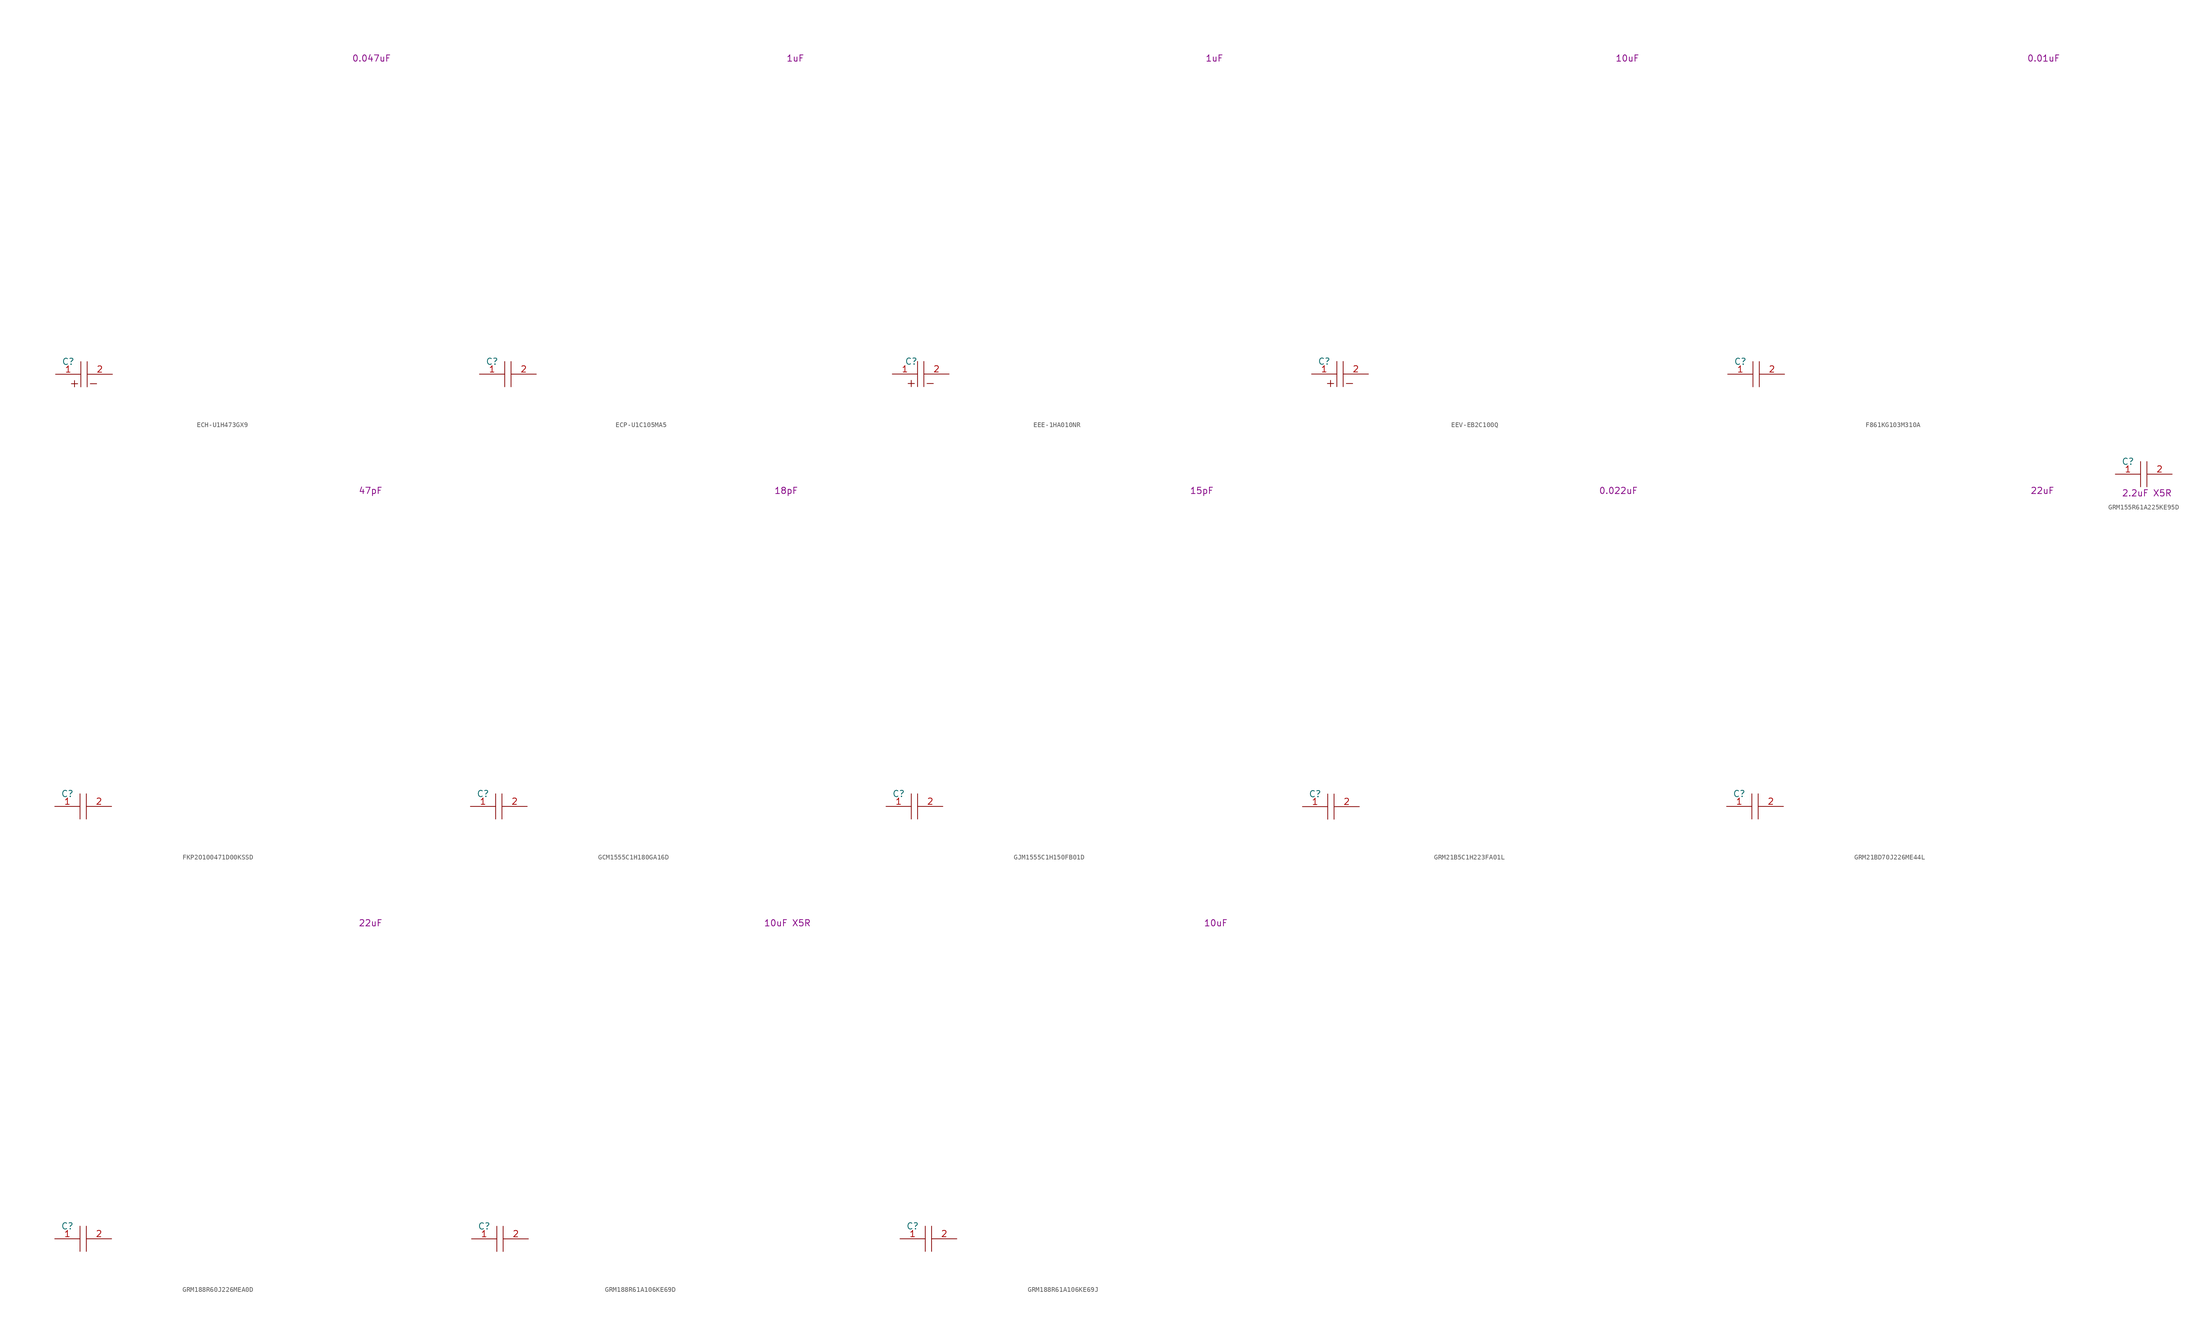
<source format=kicad_sym>
(kicad_symbol_lib
  (version 20241209)
  (generator "kicad_symbol_editor")
  (generator_version "9.0")
  (symbol "ECH-U1H473GX9"
    (pin_names
      (offset 1.016))
    (property "Reference" "C"
      (at -2.54 2.54 0)
      (effects (font (size 1.27 1.27))))
    (property "_Value_" "0.047uF"
      (at 58.42 63.5 0)
      (effects (font (size 1.27 1.27))))
    (symbol "ECH-U1H473GX9_0_1"
      (polyline (pts (xy -1.27 -1.27) (xy -1.27 -2.54)) (stroke (width 0) (type solid)) (fill (type none)))
      (polyline (pts (xy -0.635 -1.905) (xy -1.905 -1.905)) (stroke (width 0) (type solid)) (fill (type none)))
      (polyline (pts (xy 1.905 -1.905) (xy 3.175 -1.905)) (stroke (width 0) (type solid)) (fill (type none))))
    (symbol "ECH-U1H473GX9_1_1"
      (polyline (pts (xy 0 2.54) (xy 0 -2.54)) (stroke (width 0) (type solid)) (fill (type none)))
      (polyline (pts (xy 1.27 2.54) (xy 1.27 -2.54)) (stroke (width 0) (type solid)) (fill (type none)))
      (pin input line (at -5.08 0 0) (length 5.08) (name "~" (effects (font (size 1.27 1.27)))) (number "1" (effects (font (size 1.27 1.27)))))
      (pin input line (at 6.35 0 180) (length 5.08) (name "~" (effects (font (size 1.27 1.27)))) (number "2" (effects (font (size 1.27 1.27)))))))
  (symbol "ECP-U1C105MA5"
    (pin_names
      (offset 1.016))
    (property "Reference" "C"
      (at -2.54 2.54 0)
      (effects (font (size 1.27 1.27))))
    (property "_Value_" "1uF"
      (at 58.42 63.5 0)
      (effects (font (size 1.27 1.27))))
    (symbol "ECP-U1C105MA5_1_1"
      (polyline (pts (xy 0 2.54) (xy 0 -2.54)) (stroke (width 0) (type solid)) (fill (type none)))
      (polyline (pts (xy 1.27 2.54) (xy 1.27 -2.54)) (stroke (width 0) (type solid)) (fill (type none)))
      (pin input line (at -5.08 0 0) (length 5.08) (name "~" (effects (font (size 1.27 1.27)))) (number "1" (effects (font (size 1.27 1.27)))))
      (pin input line (at 6.35 0 180) (length 5.08) (name "~" (effects (font (size 1.27 1.27)))) (number "2" (effects (font (size 1.27 1.27)))))))
  (symbol "EEE-1HA010NR"
    (pin_names
      (offset 1.016))
    (property "Reference" "C"
      (at -2.54 2.54 0)
      (effects (font (size 1.27 1.27))))
    (property "_Value_" "1uF"
      (at 58.42 63.5 0)
      (effects (font (size 1.27 1.27))))
    (symbol "EEE-1HA010NR_1_1"
      (polyline (pts (xy -2.54 -1.27) (xy -2.54 -2.54)) (stroke (width 0) (type solid)) (fill (type none)))
      (polyline (pts (xy -1.905 -1.905) (xy -3.175 -1.905)) (stroke (width 0) (type solid)) (fill (type none)))
      (polyline (pts (xy -1.27 2.54) (xy -1.27 -2.54)) (stroke (width 0) (type solid)) (fill (type none)))
      (polyline (pts (xy 0 2.54) (xy 0 -2.54)) (stroke (width 0) (type solid)) (fill (type none)))
      (polyline (pts (xy 0.635 -1.905) (xy 1.905 -1.905)) (stroke (width 0) (type solid)) (fill (type none)))
      (pin input line (at -6.35 0 0) (length 5.08) (name "~" (effects (font (size 1.27 1.27)))) (number "1" (effects (font (size 1.27 1.27)))))
      (pin input line (at 5.08 0 180) (length 5.08) (name "~" (effects (font (size 1.27 1.27)))) (number "2" (effects (font (size 1.27 1.27)))))))
  (symbol "EEV-EB2C100Q"
    (pin_names
      (offset 1.016))
    (property "Reference" "C"
      (at -2.54 2.54 0)
      (effects (font (size 1.27 1.27))))
    (property "_Value_" "10uF"
      (at 58.42 63.5 0)
      (effects (font (size 1.27 1.27))))
    (symbol "EEV-EB2C100Q_0_1"
      (polyline (pts (xy -1.27 -1.27) (xy -1.27 -2.54)) (stroke (width 0) (type solid)) (fill (type none)))
      (polyline (pts (xy -0.635 -1.905) (xy -1.905 -1.905)) (stroke (width 0) (type solid)) (fill (type none)))
      (polyline (pts (xy 1.905 -1.905) (xy 3.175 -1.905)) (stroke (width 0) (type solid)) (fill (type none))))
    (symbol "EEV-EB2C100Q_1_1"
      (polyline (pts (xy 0 2.54) (xy 0 -2.54)) (stroke (width 0) (type solid)) (fill (type none)))
      (polyline (pts (xy 1.27 2.54) (xy 1.27 -2.54)) (stroke (width 0) (type solid)) (fill (type none)))
      (pin input line (at -5.08 0 0) (length 5.08) (name "~" (effects (font (size 1.27 1.27)))) (number "1" (effects (font (size 1.27 1.27)))))
      (pin input line (at 6.35 0 180) (length 5.08) (name "~" (effects (font (size 1.27 1.27)))) (number "2" (effects (font (size 1.27 1.27)))))))
  (symbol "F861KG103M310A"
    (pin_names
      (offset 1.016))
    (property "Reference" "C"
      (at -2.54 2.54 0)
      (effects (font (size 1.27 1.27))))
    (property "_Value_" "0.01uF"
      (at 58.42 63.5 0)
      (effects (font (size 1.27 1.27))))
    (symbol "F861KG103M310A_1_1"
      (polyline (pts (xy 0 2.54) (xy 0 -2.54)) (stroke (width 0) (type solid)) (fill (type none)))
      (polyline (pts (xy 1.27 2.54) (xy 1.27 -2.54)) (stroke (width 0) (type solid)) (fill (type none)))
      (pin input line (at -5.08 0 0) (length 5.08) (name "~" (effects (font (size 1.27 1.27)))) (number "1" (effects (font (size 1.27 1.27)))))
      (pin input line (at 6.35 0 180) (length 5.08) (name "~" (effects (font (size 1.27 1.27)))) (number "2" (effects (font (size 1.27 1.27)))))))
  (symbol "FKP2O100471D00KSSD"
    (pin_names
      (offset 1.016))
    (property "Reference" "C"
      (at -2.54 2.54 0)
      (effects (font (size 1.27 1.27))))
    (property "_Value_" "47pF"
      (at 58.42 63.5 0)
      (effects (font (size 1.27 1.27))))
    (symbol "FKP2O100471D00KSSD_1_1"
      (polyline (pts (xy 0 2.54) (xy 0 -2.54)) (stroke (width 0) (type solid)) (fill (type none)))
      (polyline (pts (xy 1.27 2.54) (xy 1.27 -2.54)) (stroke (width 0) (type solid)) (fill (type none)))
      (pin input line (at -5.08 0 0) (length 5.08) (name "~" (effects (font (size 1.27 1.27)))) (number "1" (effects (font (size 1.27 1.27)))))
      (pin input line (at 6.35 0 180) (length 5.08) (name "~" (effects (font (size 1.27 1.27)))) (number "2" (effects (font (size 1.27 1.27)))))))
  (symbol "GCM1555C1H180GA16D"
    (pin_names
      (offset 1.016))
    (property "Reference" "C"
      (at -2.54 2.54 0)
      (effects (font (size 1.27 1.27))))
    (property "_Value_" "18pF"
      (at 58.42 63.5 0)
      (effects (font (size 1.27 1.27))))
    (symbol "GCM1555C1H180GA16D_1_1"
      (polyline (pts (xy 0 2.54) (xy 0 -2.54)) (stroke (width 0) (type solid)) (fill (type none)))
      (polyline (pts (xy 1.27 2.54) (xy 1.27 -2.54)) (stroke (width 0) (type solid)) (fill (type none)))
      (pin input line (at -5.08 0 0) (length 5.08) (name "~" (effects (font (size 1.27 1.27)))) (number "1" (effects (font (size 1.27 1.27)))))
      (pin input line (at 6.35 0 180) (length 5.08) (name "~" (effects (font (size 1.27 1.27)))) (number "2" (effects (font (size 1.27 1.27)))))))
  (symbol "GJM1555C1H150FB01D"
    (pin_names
      (offset 1.016))
    (property "Reference" "C"
      (at -2.54 2.54 0)
      (effects (font (size 1.27 1.27))))
    (property "_Value_" "15pF"
      (at 58.42 63.5 0)
      (effects (font (size 1.27 1.27))))
    (symbol "GJM1555C1H150FB01D_1_1"
      (polyline (pts (xy 0 2.54) (xy 0 -2.54)) (stroke (width 0) (type solid)) (fill (type none)))
      (polyline (pts (xy 1.27 2.54) (xy 1.27 -2.54)) (stroke (width 0) (type solid)) (fill (type none)))
      (pin input line (at -5.08 0 0) (length 5.08) (name "~" (effects (font (size 1.27 1.27)))) (number "1" (effects (font (size 1.27 1.27)))))
      (pin input line (at 6.35 0 180) (length 5.08) (name "~" (effects (font (size 1.27 1.27)))) (number "2" (effects (font (size 1.27 1.27)))))))
  (symbol "GRM21B5C1H223FA01L"
    (pin_names
      (offset 1.016))
    (property "Reference" "C"
      (at -2.54 2.54 0)
      (effects (font (size 1.27 1.27))))
    (property "_Value_" "0.022uF"
      (at 58.42 63.5 0)
      (effects (font (size 1.27 1.27))))
    (symbol "GRM21B5C1H223FA01L_1_1"
      (polyline (pts (xy 0 2.54) (xy 0 -2.54)) (stroke (width 0) (type solid)) (fill (type none)))
      (polyline (pts (xy 1.27 2.54) (xy 1.27 -2.54)) (stroke (width 0) (type solid)) (fill (type none)))
      (pin input line (at -5.08 0 0) (length 5.08) (name "~" (effects (font (size 1.27 1.27)))) (number "1" (effects (font (size 1.27 1.27)))))
      (pin input line (at 6.35 0 180) (length 5.08) (name "~" (effects (font (size 1.27 1.27)))) (number "2" (effects (font (size 1.27 1.27)))))))
  (symbol "GRM21BD70J226ME44L"
    (pin_names
      (offset 1.016))
    (property "Reference" "C"
      (at -2.54 2.54 0)
      (effects (font (size 1.27 1.27))))
    (property "_Value_" "22uF"
      (at 58.42 63.5 0)
      (effects (font (size 1.27 1.27))))
    (symbol "GRM21BD70J226ME44L_1_1"
      (polyline (pts (xy 0 2.54) (xy 0 -2.54)) (stroke (width 0) (type solid)) (fill (type none)))
      (polyline (pts (xy 1.27 2.54) (xy 1.27 -2.54)) (stroke (width 0) (type solid)) (fill (type none)))
      (pin input line (at -5.08 0 0) (length 5.08) (name "~" (effects (font (size 1.27 1.27)))) (number "1" (effects (font (size 1.27 1.27)))))
      (pin input line (at 6.35 0 180) (length 5.08) (name "~" (effects (font (size 1.27 1.27)))) (number "2" (effects (font (size 1.27 1.27)))))))
  (symbol "GRM155R61A225KE95D"
    (pin_names
      (offset 1.016))
    (property "Reference" "C"
      (at -2.54 2.54 0)
      (effects (font (size 1.27 1.27))))
    (property "_Value_" "2.2uF X5R"
      (at 1.27 -3.81 0)
      (effects (font (size 1.27 1.27))))
    (symbol "GRM155R61A225KE95D_1_1"
      (polyline (pts (xy 0 2.54) (xy 0 -2.54)) (stroke (width 0) (type solid)) (fill (type none)))
      (polyline (pts (xy 1.27 2.54) (xy 1.27 -2.54)) (stroke (width 0) (type solid)) (fill (type none)))
      (pin input line (at -5.08 0 0) (length 5.08) (name "~" (effects (font (size 1.27 1.27)))) (number "1" (effects (font (size 1.27 1.27)))))
      (pin input line (at 6.35 0 180) (length 5.08) (name "~" (effects (font (size 1.27 1.27)))) (number "2" (effects (font (size 1.27 1.27)))))))
  (symbol "GRM188R60J226MEA0D"
    (pin_names
      (offset 1.016))
    (property "Reference" "C"
      (at -2.54 2.54 0)
      (effects (font (size 1.27 1.27))))
    (property "_Value_" "22uF"
      (at 58.42 63.5 0)
      (effects (font (size 1.27 1.27))))
    (symbol "GRM188R60J226MEA0D_1_1"
      (polyline (pts (xy 0 2.54) (xy 0 -2.54)) (stroke (width 0) (type solid)) (fill (type none)))
      (polyline (pts (xy 1.27 2.54) (xy 1.27 -2.54)) (stroke (width 0) (type solid)) (fill (type none)))
      (pin input line (at -5.08 0 0) (length 5.08) (name "~" (effects (font (size 1.27 1.27)))) (number "1" (effects (font (size 1.27 1.27)))))
      (pin input line (at 6.35 0 180) (length 5.08) (name "~" (effects (font (size 1.27 1.27)))) (number "2" (effects (font (size 1.27 1.27)))))))
  (symbol "GRM188R61A106KE69D"
    (pin_names
      (offset 1.016))
    (property "Reference" "C"
      (at -2.54 2.54 0)
      (effects (font (size 1.27 1.27))))
    (property "_Value_" "10uF X5R"
      (at 58.42 63.5 0)
      (effects (font (size 1.27 1.27))))
    (symbol "GRM188R61A106KE69D_1_1"
      (polyline (pts (xy 0 2.54) (xy 0 -2.54)) (stroke (width 0) (type solid)) (fill (type none)))
      (polyline (pts (xy 1.27 2.54) (xy 1.27 -2.54)) (stroke (width 0) (type solid)) (fill (type none)))
      (pin input line (at -5.08 0 0) (length 5.08) (name "~" (effects (font (size 1.27 1.27)))) (number "1" (effects (font (size 1.27 1.27)))))
      (pin input line (at 6.35 0 180) (length 5.08) (name "~" (effects (font (size 1.27 1.27)))) (number "2" (effects (font (size 1.27 1.27)))))))
  (symbol "GRM188R61A106KE69J"
    (pin_names
      (offset 1.016))
    (property "Reference" "C"
      (at -2.54 2.54 0)
      (effects (font (size 1.27 1.27))))
    (property "_Value_" "10uF"
      (at 58.42 63.5 0)
      (effects (font (size 1.27 1.27))))
    (symbol "GRM188R61A106KE69J_1_1"
      (polyline (pts (xy 0 2.54) (xy 0 -2.54)) (stroke (width 0) (type solid)) (fill (type none)))
      (polyline (pts (xy 1.27 2.54) (xy 1.27 -2.54)) (stroke (width 0) (type solid)) (fill (type none)))
      (pin input line (at -5.08 0 0) (length 5.08) (name "~" (effects (font (size 1.27 1.27)))) (number "1" (effects (font (size 1.27 1.27)))))
      (pin input line (at 6.35 0 180) (length 5.08) (name "~" (effects (font (size 1.27 1.27)))) (number "2" (effects (font (size 1.27 1.27))))))))
</source>
